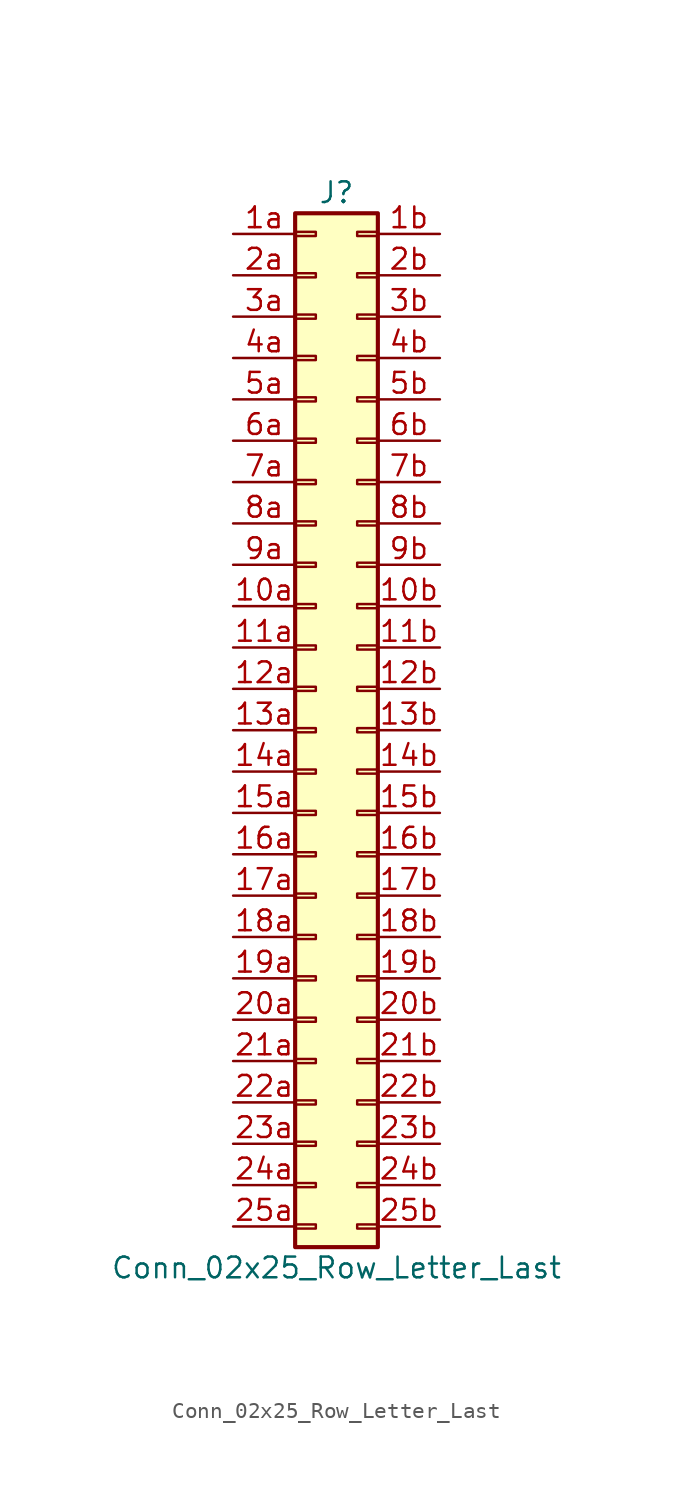
<source format=kicad_sym>
(kicad_symbol_lib
  (version 20220914)
  (generator kicad_symbol_editor)
  (symbol "Conn_02x25_Row_Letter_Last"
    (pin_names
      (offset 1.016) hide)
    (property "Reference" "J"
      (at 1.27 33.02 0)
      (effects (font (size 1.27 1.27))))
    (property "Value" "Conn_02x25_Row_Letter_Last"
      (at 1.27 -33.02 0)
      (effects (font (size 1.27 1.27))))
    (symbol "Conn_02x25_Row_Letter_Last_1_1"
      (rectangle (start -1.27 -30.353) (end 0 -30.607) (stroke (width 0.152) (type default)) (fill (type none)))
      (rectangle (start -1.27 -27.813) (end 0 -28.067) (stroke (width 0.152) (type default)) (fill (type none)))
      (rectangle (start -1.27 -25.273) (end 0 -25.527) (stroke (width 0.152) (type default)) (fill (type none)))
      (rectangle (start -1.27 -22.733) (end 0 -22.987) (stroke (width 0.152) (type default)) (fill (type none)))
      (rectangle (start -1.27 -20.193) (end 0 -20.447) (stroke (width 0.152) (type default)) (fill (type none)))
      (rectangle (start -1.27 -17.653) (end 0 -17.907) (stroke (width 0.152) (type default)) (fill (type none)))
      (rectangle (start -1.27 -15.113) (end 0 -15.367) (stroke (width 0.152) (type default)) (fill (type none)))
      (rectangle (start -1.27 -12.573) (end 0 -12.827) (stroke (width 0.152) (type default)) (fill (type none)))
      (rectangle (start -1.27 -10.033) (end 0 -10.287) (stroke (width 0.152) (type default)) (fill (type none)))
      (rectangle (start -1.27 -7.493) (end 0 -7.747) (stroke (width 0.152) (type default)) (fill (type none)))
      (rectangle (start -1.27 -4.953) (end 0 -5.207) (stroke (width 0.152) (type default)) (fill (type none)))
      (rectangle (start -1.27 -2.413) (end 0 -2.667) (stroke (width 0.152) (type default)) (fill (type none)))
      (rectangle (start -1.27 0.127) (end 0 -0.127) (stroke (width 0.152) (type default)) (fill (type none)))
      (rectangle (start -1.27 2.667) (end 0 2.413) (stroke (width 0.152) (type default)) (fill (type none)))
      (rectangle (start -1.27 5.207) (end 0 4.953) (stroke (width 0.152) (type default)) (fill (type none)))
      (rectangle (start -1.27 7.747) (end 0 7.493) (stroke (width 0.152) (type default)) (fill (type none)))
      (rectangle (start -1.27 10.287) (end 0 10.033) (stroke (width 0.152) (type default)) (fill (type none)))
      (rectangle (start -1.27 12.827) (end 0 12.573) (stroke (width 0.152) (type default)) (fill (type none)))
      (rectangle (start -1.27 15.367) (end 0 15.113) (stroke (width 0.152) (type default)) (fill (type none)))
      (rectangle (start -1.27 17.907) (end 0 17.653) (stroke (width 0.152) (type default)) (fill (type none)))
      (rectangle (start -1.27 20.447) (end 0 20.193) (stroke (width 0.152) (type default)) (fill (type none)))
      (rectangle (start -1.27 22.987) (end 0 22.733) (stroke (width 0.152) (type default)) (fill (type none)))
      (rectangle (start -1.27 25.527) (end 0 25.273) (stroke (width 0.152) (type default)) (fill (type none)))
      (rectangle (start -1.27 28.067) (end 0 27.813) (stroke (width 0.152) (type default)) (fill (type none)))
      (rectangle (start -1.27 30.607) (end 0 30.353) (stroke (width 0.152) (type default)) (fill (type none)))
      (rectangle (start -1.27 31.75) (end 3.81 -31.75) (stroke (width 0.254) (type default)) (fill (type background)))
      (rectangle (start 3.81 -30.353) (end 2.54 -30.607) (stroke (width 0.152) (type default)) (fill (type none)))
      (rectangle (start 3.81 -27.813) (end 2.54 -28.067) (stroke (width 0.152) (type default)) (fill (type none)))
      (rectangle (start 3.81 -25.273) (end 2.54 -25.527) (stroke (width 0.152) (type default)) (fill (type none)))
      (rectangle (start 3.81 -22.733) (end 2.54 -22.987) (stroke (width 0.152) (type default)) (fill (type none)))
      (rectangle (start 3.81 -20.193) (end 2.54 -20.447) (stroke (width 0.152) (type default)) (fill (type none)))
      (rectangle (start 3.81 -17.653) (end 2.54 -17.907) (stroke (width 0.152) (type default)) (fill (type none)))
      (rectangle (start 3.81 -15.113) (end 2.54 -15.367) (stroke (width 0.152) (type default)) (fill (type none)))
      (rectangle (start 3.81 -12.573) (end 2.54 -12.827) (stroke (width 0.152) (type default)) (fill (type none)))
      (rectangle (start 3.81 -10.033) (end 2.54 -10.287) (stroke (width 0.152) (type default)) (fill (type none)))
      (rectangle (start 3.81 -7.493) (end 2.54 -7.747) (stroke (width 0.152) (type default)) (fill (type none)))
      (rectangle (start 3.81 -4.953) (end 2.54 -5.207) (stroke (width 0.152) (type default)) (fill (type none)))
      (rectangle (start 3.81 -2.413) (end 2.54 -2.667) (stroke (width 0.152) (type default)) (fill (type none)))
      (rectangle (start 3.81 0.127) (end 2.54 -0.127) (stroke (width 0.152) (type default)) (fill (type none)))
      (rectangle (start 3.81 2.667) (end 2.54 2.413) (stroke (width 0.152) (type default)) (fill (type none)))
      (rectangle (start 3.81 5.207) (end 2.54 4.953) (stroke (width 0.152) (type default)) (fill (type none)))
      (rectangle (start 3.81 7.747) (end 2.54 7.493) (stroke (width 0.152) (type default)) (fill (type none)))
      (rectangle (start 3.81 10.287) (end 2.54 10.033) (stroke (width 0.152) (type default)) (fill (type none)))
      (rectangle (start 3.81 12.827) (end 2.54 12.573) (stroke (width 0.152) (type default)) (fill (type none)))
      (rectangle (start 3.81 15.367) (end 2.54 15.113) (stroke (width 0.152) (type default)) (fill (type none)))
      (rectangle (start 3.81 17.907) (end 2.54 17.653) (stroke (width 0.152) (type default)) (fill (type none)))
      (rectangle (start 3.81 20.447) (end 2.54 20.193) (stroke (width 0.152) (type default)) (fill (type none)))
      (rectangle (start 3.81 22.987) (end 2.54 22.733) (stroke (width 0.152) (type default)) (fill (type none)))
      (rectangle (start 3.81 25.527) (end 2.54 25.273) (stroke (width 0.152) (type default)) (fill (type none)))
      (rectangle (start 3.81 28.067) (end 2.54 27.813) (stroke (width 0.152) (type default)) (fill (type none)))
      (rectangle (start 3.81 30.607) (end 2.54 30.353) (stroke (width 0.152) (type default)) (fill (type none)))
      (pin passive line (at -5.08 7.62 0) (length 3.81) (name "Pin_10a" (effects (font (size 1.27 1.27)))) (number "10a" (effects (font (size 1.27 1.27)))))
      (pin passive line (at 7.62 7.62 180) (length 3.81) (name "Pin_10b" (effects (font (size 1.27 1.27)))) (number "10b" (effects (font (size 1.27 1.27)))))
      (pin passive line (at -5.08 5.08 0) (length 3.81) (name "Pin_11a" (effects (font (size 1.27 1.27)))) (number "11a" (effects (font (size 1.27 1.27)))))
      (pin passive line (at 7.62 5.08 180) (length 3.81) (name "Pin_11b" (effects (font (size 1.27 1.27)))) (number "11b" (effects (font (size 1.27 1.27)))))
      (pin passive line (at -5.08 2.54 0) (length 3.81) (name "Pin_12a" (effects (font (size 1.27 1.27)))) (number "12a" (effects (font (size 1.27 1.27)))))
      (pin passive line (at 7.62 2.54 180) (length 3.81) (name "Pin_12b" (effects (font (size 1.27 1.27)))) (number "12b" (effects (font (size 1.27 1.27)))))
      (pin passive line (at -5.08 0 0) (length 3.81) (name "Pin_13a" (effects (font (size 1.27 1.27)))) (number "13a" (effects (font (size 1.27 1.27)))))
      (pin passive line (at 7.62 0 180) (length 3.81) (name "Pin_13b" (effects (font (size 1.27 1.27)))) (number "13b" (effects (font (size 1.27 1.27)))))
      (pin passive line (at -5.08 -2.54 0) (length 3.81) (name "Pin_14a" (effects (font (size 1.27 1.27)))) (number "14a" (effects (font (size 1.27 1.27)))))
      (pin passive line (at 7.62 -2.54 180) (length 3.81) (name "Pin_14b" (effects (font (size 1.27 1.27)))) (number "14b" (effects (font (size 1.27 1.27)))))
      (pin passive line (at -5.08 -5.08 0) (length 3.81) (name "Pin_15a" (effects (font (size 1.27 1.27)))) (number "15a" (effects (font (size 1.27 1.27)))))
      (pin passive line (at 7.62 -5.08 180) (length 3.81) (name "Pin_15b" (effects (font (size 1.27 1.27)))) (number "15b" (effects (font (size 1.27 1.27)))))
      (pin passive line (at -5.08 -7.62 0) (length 3.81) (name "Pin_16a" (effects (font (size 1.27 1.27)))) (number "16a" (effects (font (size 1.27 1.27)))))
      (pin passive line (at 7.62 -7.62 180) (length 3.81) (name "Pin_16b" (effects (font (size 1.27 1.27)))) (number "16b" (effects (font (size 1.27 1.27)))))
      (pin passive line (at -5.08 -10.16 0) (length 3.81) (name "Pin_17a" (effects (font (size 1.27 1.27)))) (number "17a" (effects (font (size 1.27 1.27)))))
      (pin passive line (at 7.62 -10.16 180) (length 3.81) (name "Pin_17b" (effects (font (size 1.27 1.27)))) (number "17b" (effects (font (size 1.27 1.27)))))
      (pin passive line (at -5.08 -12.7 0) (length 3.81) (name "Pin_18a" (effects (font (size 1.27 1.27)))) (number "18a" (effects (font (size 1.27 1.27)))))
      (pin passive line (at 7.62 -12.7 180) (length 3.81) (name "Pin_18b" (effects (font (size 1.27 1.27)))) (number "18b" (effects (font (size 1.27 1.27)))))
      (pin passive line (at -5.08 -15.24 0) (length 3.81) (name "Pin_19a" (effects (font (size 1.27 1.27)))) (number "19a" (effects (font (size 1.27 1.27)))))
      (pin passive line (at 7.62 -15.24 180) (length 3.81) (name "Pin_19b" (effects (font (size 1.27 1.27)))) (number "19b" (effects (font (size 1.27 1.27)))))
      (pin passive line (at -5.08 30.48 0) (length 3.81) (name "Pin_1a" (effects (font (size 1.27 1.27)))) (number "1a" (effects (font (size 1.27 1.27)))))
      (pin passive line (at 7.62 30.48 180) (length 3.81) (name "Pin_1b" (effects (font (size 1.27 1.27)))) (number "1b" (effects (font (size 1.27 1.27)))))
      (pin passive line (at -5.08 -17.78 0) (length 3.81) (name "Pin_20a" (effects (font (size 1.27 1.27)))) (number "20a" (effects (font (size 1.27 1.27)))))
      (pin passive line (at 7.62 -17.78 180) (length 3.81) (name "Pin_20b" (effects (font (size 1.27 1.27)))) (number "20b" (effects (font (size 1.27 1.27)))))
      (pin passive line (at -5.08 -20.32 0) (length 3.81) (name "Pin_21a" (effects (font (size 1.27 1.27)))) (number "21a" (effects (font (size 1.27 1.27)))))
      (pin passive line (at 7.62 -20.32 180) (length 3.81) (name "Pin_21b" (effects (font (size 1.27 1.27)))) (number "21b" (effects (font (size 1.27 1.27)))))
      (pin passive line (at -5.08 -22.86 0) (length 3.81) (name "Pin_22a" (effects (font (size 1.27 1.27)))) (number "22a" (effects (font (size 1.27 1.27)))))
      (pin passive line (at 7.62 -22.86 180) (length 3.81) (name "Pin_22b" (effects (font (size 1.27 1.27)))) (number "22b" (effects (font (size 1.27 1.27)))))
      (pin passive line (at -5.08 -25.4 0) (length 3.81) (name "Pin_23a" (effects (font (size 1.27 1.27)))) (number "23a" (effects (font (size 1.27 1.27)))))
      (pin passive line (at 7.62 -25.4 180) (length 3.81) (name "Pin_23b" (effects (font (size 1.27 1.27)))) (number "23b" (effects (font (size 1.27 1.27)))))
      (pin passive line (at -5.08 -27.94 0) (length 3.81) (name "Pin_24a" (effects (font (size 1.27 1.27)))) (number "24a" (effects (font (size 1.27 1.27)))))
      (pin passive line (at 7.62 -27.94 180) (length 3.81) (name "Pin_24b" (effects (font (size 1.27 1.27)))) (number "24b" (effects (font (size 1.27 1.27)))))
      (pin passive line (at -5.08 -30.48 0) (length 3.81) (name "Pin_25a" (effects (font (size 1.27 1.27)))) (number "25a" (effects (font (size 1.27 1.27)))))
      (pin passive line (at 7.62 -30.48 180) (length 3.81) (name "Pin_25b" (effects (font (size 1.27 1.27)))) (number "25b" (effects (font (size 1.27 1.27)))))
      (pin passive line (at -5.08 27.94 0) (length 3.81) (name "Pin_2a" (effects (font (size 1.27 1.27)))) (number "2a" (effects (font (size 1.27 1.27)))))
      (pin passive line (at 7.62 27.94 180) (length 3.81) (name "Pin_2b" (effects (font (size 1.27 1.27)))) (number "2b" (effects (font (size 1.27 1.27)))))
      (pin passive line (at -5.08 25.4 0) (length 3.81) (name "Pin_3a" (effects (font (size 1.27 1.27)))) (number "3a" (effects (font (size 1.27 1.27)))))
      (pin passive line (at 7.62 25.4 180) (length 3.81) (name "Pin_3b" (effects (font (size 1.27 1.27)))) (number "3b" (effects (font (size 1.27 1.27)))))
      (pin passive line (at -5.08 22.86 0) (length 3.81) (name "Pin_4a" (effects (font (size 1.27 1.27)))) (number "4a" (effects (font (size 1.27 1.27)))))
      (pin passive line (at 7.62 22.86 180) (length 3.81) (name "Pin_4b" (effects (font (size 1.27 1.27)))) (number "4b" (effects (font (size 1.27 1.27)))))
      (pin passive line (at -5.08 20.32 0) (length 3.81) (name "Pin_5a" (effects (font (size 1.27 1.27)))) (number "5a" (effects (font (size 1.27 1.27)))))
      (pin passive line (at 7.62 20.32 180) (length 3.81) (name "Pin_5b" (effects (font (size 1.27 1.27)))) (number "5b" (effects (font (size 1.27 1.27)))))
      (pin passive line (at -5.08 17.78 0) (length 3.81) (name "Pin_6a" (effects (font (size 1.27 1.27)))) (number "6a" (effects (font (size 1.27 1.27)))))
      (pin passive line (at 7.62 17.78 180) (length 3.81) (name "Pin_6b" (effects (font (size 1.27 1.27)))) (number "6b" (effects (font (size 1.27 1.27)))))
      (pin passive line (at -5.08 15.24 0) (length 3.81) (name "Pin_7a" (effects (font (size 1.27 1.27)))) (number "7a" (effects (font (size 1.27 1.27)))))
      (pin passive line (at 7.62 15.24 180) (length 3.81) (name "Pin_7b" (effects (font (size 1.27 1.27)))) (number "7b" (effects (font (size 1.27 1.27)))))
      (pin passive line (at -5.08 12.7 0) (length 3.81) (name "Pin_8a" (effects (font (size 1.27 1.27)))) (number "8a" (effects (font (size 1.27 1.27)))))
      (pin passive line (at 7.62 12.7 180) (length 3.81) (name "Pin_8b" (effects (font (size 1.27 1.27)))) (number "8b" (effects (font (size 1.27 1.27)))))
      (pin passive line (at -5.08 10.16 0) (length 3.81) (name "Pin_9a" (effects (font (size 1.27 1.27)))) (number "9a" (effects (font (size 1.27 1.27)))))
      (pin passive line (at 7.62 10.16 180) (length 3.81) (name "Pin_9b" (effects (font (size 1.27 1.27)))) (number "9b" (effects (font (size 1.27 1.27))))))))
</source>
